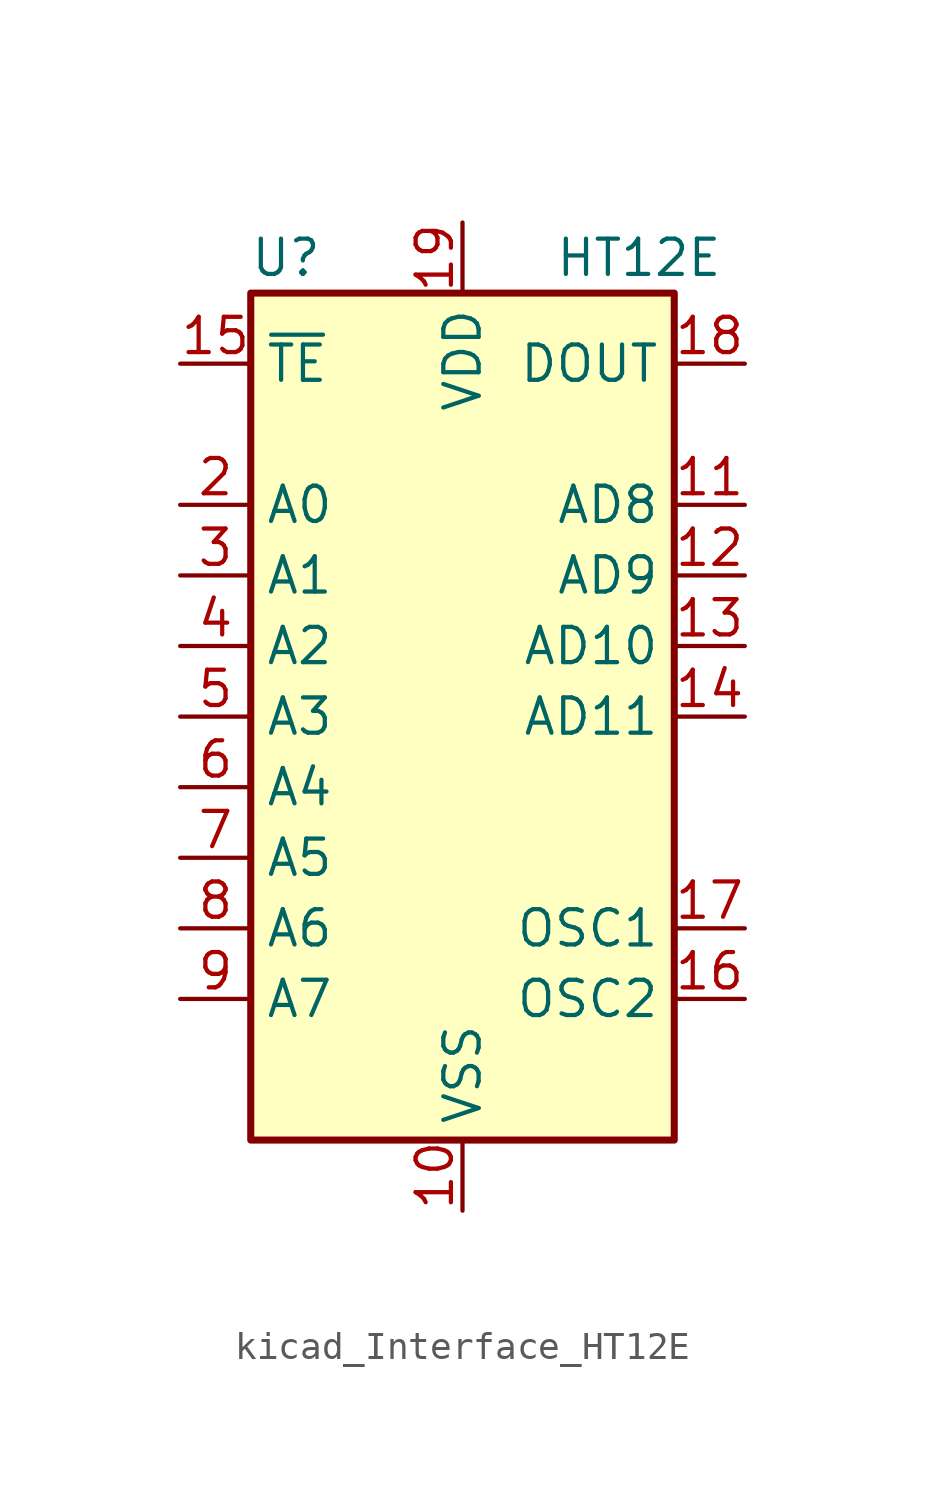
<source format=kicad_sym>
(kicad_symbol_lib
  (version 20220914)
  (generator kicad_symbol_editor)
  (symbol "kicad_Interface_HT12E"
    (property "Reference" "U"
      (at -6.35 16.51 0)
      (effects (font (size 1.27 1.27))))
    (property "Value" "HT12E"
      (at 6.35 16.51 0)
      (effects (font (size 1.27 1.27))))
    (symbol "kicad_Interface_HT12E_1_1"
      (rectangle (start -7.62 15.24) (end 7.62 -15.24) (stroke (width 0.254) (type default)) (fill (type background)))
      (pin no_connect line (at 7.62 -2.54 180) (length 2.54) hide (name "NC" (effects (font (size 1.27 1.27)))) (number "1" (effects (font (size 1.27 1.27)))))
      (pin power_in line (at 0 -17.78 90) (length 2.54) (name "VSS" (effects (font (size 1.27 1.27)))) (number "10" (effects (font (size 1.27 1.27)))))
      (pin output line (at 10.16 7.62 180) (length 2.54) (name "AD8" (effects (font (size 1.27 1.27)))) (number "11" (effects (font (size 1.27 1.27)))))
      (pin output line (at 10.16 5.08 180) (length 2.54) (name "AD9" (effects (font (size 1.27 1.27)))) (number "12" (effects (font (size 1.27 1.27)))))
      (pin output line (at 10.16 2.54 180) (length 2.54) (name "AD10" (effects (font (size 1.27 1.27)))) (number "13" (effects (font (size 1.27 1.27)))))
      (pin output line (at 10.16 0 180) (length 2.54) (name "AD11" (effects (font (size 1.27 1.27)))) (number "14" (effects (font (size 1.27 1.27)))))
      (pin input line (at -10.16 12.7 0) (length 2.54) (name "~{TE}" (effects (font (size 1.27 1.27)))) (number "15" (effects (font (size 1.27 1.27)))))
      (pin output line (at 10.16 -10.16 180) (length 2.54) (name "OSC2" (effects (font (size 1.27 1.27)))) (number "16" (effects (font (size 1.27 1.27)))))
      (pin input line (at 10.16 -7.62 180) (length 2.54) (name "OSC1" (effects (font (size 1.27 1.27)))) (number "17" (effects (font (size 1.27 1.27)))))
      (pin output line (at 10.16 12.7 180) (length 2.54) (name "DOUT" (effects (font (size 1.27 1.27)))) (number "18" (effects (font (size 1.27 1.27)))))
      (pin power_in line (at 0 17.78 270) (length 2.54) (name "VDD" (effects (font (size 1.27 1.27)))) (number "19" (effects (font (size 1.27 1.27)))))
      (pin input line (at -10.16 7.62 0) (length 2.54) (name "A0" (effects (font (size 1.27 1.27)))) (number "2" (effects (font (size 1.27 1.27)))))
      (pin no_connect line (at 7.62 -5.08 180) (length 2.54) hide (name "NC" (effects (font (size 1.27 1.27)))) (number "20" (effects (font (size 1.27 1.27)))))
      (pin input line (at -10.16 5.08 0) (length 2.54) (name "A1" (effects (font (size 1.27 1.27)))) (number "3" (effects (font (size 1.27 1.27)))))
      (pin input line (at -10.16 2.54 0) (length 2.54) (name "A2" (effects (font (size 1.27 1.27)))) (number "4" (effects (font (size 1.27 1.27)))))
      (pin input line (at -10.16 0 0) (length 2.54) (name "A3" (effects (font (size 1.27 1.27)))) (number "5" (effects (font (size 1.27 1.27)))))
      (pin input line (at -10.16 -2.54 0) (length 2.54) (name "A4" (effects (font (size 1.27 1.27)))) (number "6" (effects (font (size 1.27 1.27)))))
      (pin input line (at -10.16 -5.08 0) (length 2.54) (name "A5" (effects (font (size 1.27 1.27)))) (number "7" (effects (font (size 1.27 1.27)))))
      (pin input line (at -10.16 -7.62 0) (length 2.54) (name "A6" (effects (font (size 1.27 1.27)))) (number "8" (effects (font (size 1.27 1.27)))))
      (pin input line (at -10.16 -10.16 0) (length 2.54) (name "A7" (effects (font (size 1.27 1.27)))) (number "9" (effects (font (size 1.27 1.27))))))))
</source>
